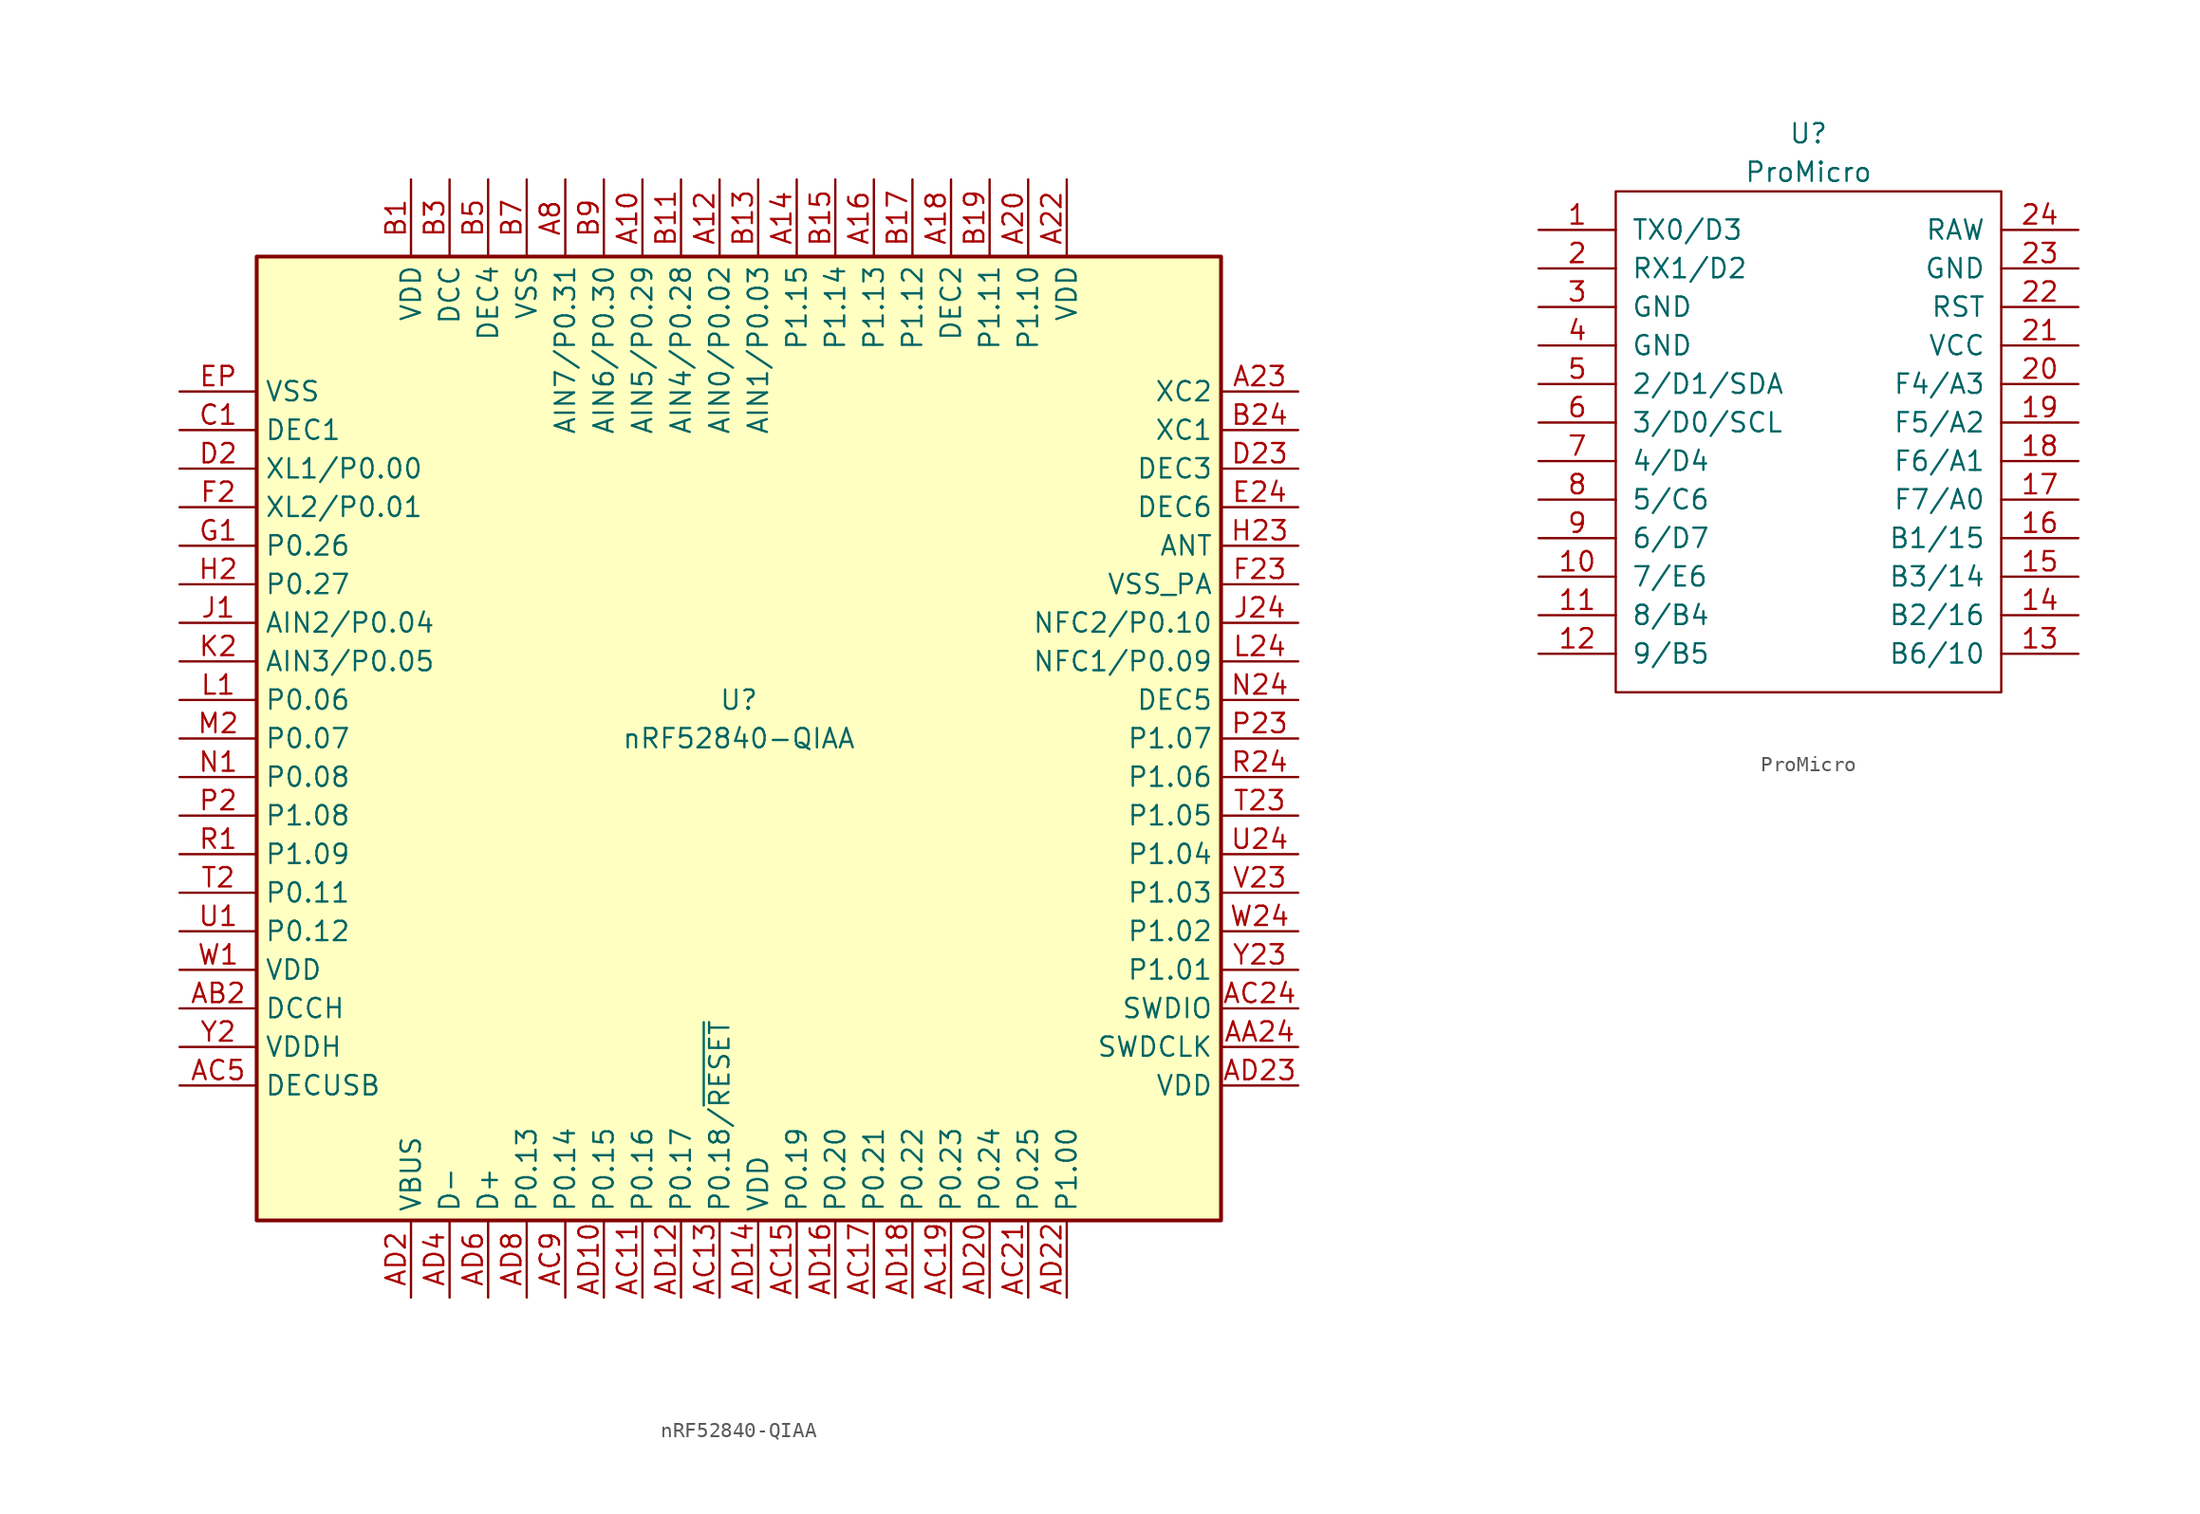
<source format=kicad_sym>
(kicad_symbol_lib
  (version 20231120)
  (generator "kicad_symbol_editor")
  (generator_version "8.0")
  (symbol "nRF52840-QIAA"
    (property "Reference" "U"
      (at 0 2.54 0)
      (effects (font (size 1.27 1.27))))
    (property "Value" "nRF52840-QIAA"
      (at 0 0 0)
      (effects (font (size 1.27 1.27))))
    (symbol "nRF52840-QIAA_0_1"
      (rectangle (start -31.75 31.75) (end 31.75 -31.75) (stroke (width 0.254) (type default)) (fill (type background))))
    (symbol "nRF52840-QIAA_1_1"
      (pin bidirectional line (at -6.35 36.83 270) (length 5.08) (name "AIN5/P0.29" (effects (font (size 1.27 1.27)))) (number "A10" (effects (font (size 1.27 1.27)))))
      (pin bidirectional line (at -1.27 36.83 270) (length 5.08) (name "AIN0/P0.02" (effects (font (size 1.27 1.27)))) (number "A12" (effects (font (size 1.27 1.27)))))
      (pin bidirectional line (at 3.81 36.83 270) (length 5.08) (name "P1.15" (effects (font (size 1.27 1.27)))) (number "A14" (effects (font (size 1.27 1.27)))))
      (pin bidirectional line (at 8.89 36.83 270) (length 5.08) (name "P1.13" (effects (font (size 1.27 1.27)))) (number "A16" (effects (font (size 1.27 1.27)))))
      (pin passive line (at 13.97 36.83 270) (length 5.08) (name "DEC2" (effects (font (size 1.27 1.27)))) (number "A18" (effects (font (size 1.27 1.27)))))
      (pin bidirectional line (at 19.05 36.83 270) (length 5.08) (name "P1.10" (effects (font (size 1.27 1.27)))) (number "A20" (effects (font (size 1.27 1.27)))))
      (pin passive line (at 21.59 36.83 270) (length 5.08) (name "VDD" (effects (font (size 1.27 1.27)))) (number "A22" (effects (font (size 1.27 1.27)))))
      (pin input line (at 36.83 22.86 180) (length 5.08) (name "XC2" (effects (font (size 1.27 1.27)))) (number "A23" (effects (font (size 1.27 1.27)))))
      (pin bidirectional line (at -11.43 36.83 270) (length 5.08) (name "AIN7/P0.31" (effects (font (size 1.27 1.27)))) (number "A8" (effects (font (size 1.27 1.27)))))
      (pin input line (at 36.83 -20.32 180) (length 5.08) (name "SWDCLK" (effects (font (size 1.27 1.27)))) (number "AA24" (effects (font (size 1.27 1.27)))))
      (pin power_out line (at -36.83 -17.78 0) (length 5.08) (name "DCCH" (effects (font (size 1.27 1.27)))) (number "AB2" (effects (font (size 1.27 1.27)))))
      (pin bidirectional line (at -6.35 -36.83 90) (length 5.08) (name "P0.16" (effects (font (size 1.27 1.27)))) (number "AC11" (effects (font (size 1.27 1.27)))))
      (pin bidirectional line (at -1.27 -36.83 90) (length 5.08) (name "P0.18/~{RESET}" (effects (font (size 1.27 1.27)))) (number "AC13" (effects (font (size 1.27 1.27)))))
      (pin bidirectional line (at 3.81 -36.83 90) (length 5.08) (name "P0.19" (effects (font (size 1.27 1.27)))) (number "AC15" (effects (font (size 1.27 1.27)))))
      (pin bidirectional line (at 8.89 -36.83 90) (length 5.08) (name "P0.21" (effects (font (size 1.27 1.27)))) (number "AC17" (effects (font (size 1.27 1.27)))))
      (pin bidirectional line (at 13.97 -36.83 90) (length 5.08) (name "P0.23" (effects (font (size 1.27 1.27)))) (number "AC19" (effects (font (size 1.27 1.27)))))
      (pin bidirectional line (at 19.05 -36.83 90) (length 5.08) (name "P0.25" (effects (font (size 1.27 1.27)))) (number "AC21" (effects (font (size 1.27 1.27)))))
      (pin bidirectional line (at 36.83 -17.78 180) (length 5.08) (name "SWDIO" (effects (font (size 1.27 1.27)))) (number "AC24" (effects (font (size 1.27 1.27)))))
      (pin passive line (at -36.83 -22.86 0) (length 5.08) (name "DECUSB" (effects (font (size 1.27 1.27)))) (number "AC5" (effects (font (size 1.27 1.27)))))
      (pin bidirectional line (at -11.43 -36.83 90) (length 5.08) (name "P0.14" (effects (font (size 1.27 1.27)))) (number "AC9" (effects (font (size 1.27 1.27)))))
      (pin bidirectional line (at -8.89 -36.83 90) (length 5.08) (name "P0.15" (effects (font (size 1.27 1.27)))) (number "AD10" (effects (font (size 1.27 1.27)))))
      (pin bidirectional line (at -3.81 -36.83 90) (length 5.08) (name "P0.17" (effects (font (size 1.27 1.27)))) (number "AD12" (effects (font (size 1.27 1.27)))))
      (pin passive line (at 1.27 -36.83 90) (length 5.08) (name "VDD" (effects (font (size 1.27 1.27)))) (number "AD14" (effects (font (size 1.27 1.27)))))
      (pin bidirectional line (at 6.35 -36.83 90) (length 5.08) (name "P0.20" (effects (font (size 1.27 1.27)))) (number "AD16" (effects (font (size 1.27 1.27)))))
      (pin bidirectional line (at 11.43 -36.83 90) (length 5.08) (name "P0.22" (effects (font (size 1.27 1.27)))) (number "AD18" (effects (font (size 1.27 1.27)))))
      (pin power_in line (at -21.59 -36.83 90) (length 5.08) (name "VBUS" (effects (font (size 1.27 1.27)))) (number "AD2" (effects (font (size 1.27 1.27)))))
      (pin bidirectional line (at 16.51 -36.83 90) (length 5.08) (name "P0.24" (effects (font (size 1.27 1.27)))) (number "AD20" (effects (font (size 1.27 1.27)))))
      (pin bidirectional line (at 21.59 -36.83 90) (length 5.08) (name "P1.00" (effects (font (size 1.27 1.27)))) (number "AD22" (effects (font (size 1.27 1.27)))))
      (pin passive line (at 36.83 -22.86 180) (length 5.08) (name "VDD" (effects (font (size 1.27 1.27)))) (number "AD23" (effects (font (size 1.27 1.27)))))
      (pin bidirectional line (at -19.05 -36.83 90) (length 5.08) (name "D-" (effects (font (size 1.27 1.27)))) (number "AD4" (effects (font (size 1.27 1.27)))))
      (pin bidirectional line (at -16.51 -36.83 90) (length 5.08) (name "D+" (effects (font (size 1.27 1.27)))) (number "AD6" (effects (font (size 1.27 1.27)))))
      (pin bidirectional line (at -13.97 -36.83 90) (length 5.08) (name "P0.13" (effects (font (size 1.27 1.27)))) (number "AD8" (effects (font (size 1.27 1.27)))))
      (pin power_in line (at -21.59 36.83 270) (length 5.08) (name "VDD" (effects (font (size 1.27 1.27)))) (number "B1" (effects (font (size 1.27 1.27)))))
      (pin bidirectional line (at -3.81 36.83 270) (length 5.08) (name "AIN4/P0.28" (effects (font (size 1.27 1.27)))) (number "B11" (effects (font (size 1.27 1.27)))))
      (pin bidirectional line (at 1.27 36.83 270) (length 5.08) (name "AIN1/P0.03" (effects (font (size 1.27 1.27)))) (number "B13" (effects (font (size 1.27 1.27)))))
      (pin bidirectional line (at 6.35 36.83 270) (length 5.08) (name "P1.14" (effects (font (size 1.27 1.27)))) (number "B15" (effects (font (size 1.27 1.27)))))
      (pin bidirectional line (at 11.43 36.83 270) (length 5.08) (name "P1.12" (effects (font (size 1.27 1.27)))) (number "B17" (effects (font (size 1.27 1.27)))))
      (pin bidirectional line (at 16.51 36.83 270) (length 5.08) (name "P1.11" (effects (font (size 1.27 1.27)))) (number "B19" (effects (font (size 1.27 1.27)))))
      (pin input line (at 36.83 20.32 180) (length 5.08) (name "XC1" (effects (font (size 1.27 1.27)))) (number "B24" (effects (font (size 1.27 1.27)))))
      (pin power_out line (at -19.05 36.83 270) (length 5.08) (name "DCC" (effects (font (size 1.27 1.27)))) (number "B3" (effects (font (size 1.27 1.27)))))
      (pin passive line (at -16.51 36.83 270) (length 5.08) (name "DEC4" (effects (font (size 1.27 1.27)))) (number "B5" (effects (font (size 1.27 1.27)))))
      (pin power_in line (at -13.97 36.83 270) (length 5.08) (name "VSS" (effects (font (size 1.27 1.27)))) (number "B7" (effects (font (size 1.27 1.27)))))
      (pin bidirectional line (at -8.89 36.83 270) (length 5.08) (name "AIN6/P0.30" (effects (font (size 1.27 1.27)))) (number "B9" (effects (font (size 1.27 1.27)))))
      (pin passive line (at -36.83 20.32 0) (length 5.08) (name "DEC1" (effects (font (size 1.27 1.27)))) (number "C1" (effects (font (size 1.27 1.27)))))
      (pin bidirectional line (at -36.83 17.78 0) (length 5.08) (name "XL1/P0.00" (effects (font (size 1.27 1.27)))) (number "D2" (effects (font (size 1.27 1.27)))))
      (pin passive line (at 36.83 17.78 180) (length 5.08) (name "DEC3" (effects (font (size 1.27 1.27)))) (number "D23" (effects (font (size 1.27 1.27)))))
      (pin passive line (at 36.83 15.24 180) (length 5.08) (name "DEC6" (effects (font (size 1.27 1.27)))) (number "E24" (effects (font (size 1.27 1.27)))))
      (pin passive line (at -36.83 22.86 0) (length 5.08) (name "VSS" (effects (font (size 1.27 1.27)))) (number "EP" (effects (font (size 1.27 1.27)))))
      (pin bidirectional line (at -36.83 15.24 0) (length 5.08) (name "XL2/P0.01" (effects (font (size 1.27 1.27)))) (number "F2" (effects (font (size 1.27 1.27)))))
      (pin power_in line (at 36.83 10.16 180) (length 5.08) (name "VSS_PA" (effects (font (size 1.27 1.27)))) (number "F23" (effects (font (size 1.27 1.27)))))
      (pin bidirectional line (at -36.83 12.7 0) (length 5.08) (name "P0.26" (effects (font (size 1.27 1.27)))) (number "G1" (effects (font (size 1.27 1.27)))))
      (pin bidirectional line (at -36.83 10.16 0) (length 5.08) (name "P0.27" (effects (font (size 1.27 1.27)))) (number "H2" (effects (font (size 1.27 1.27)))))
      (pin passive line (at 36.83 12.7 180) (length 5.08) (name "ANT" (effects (font (size 1.27 1.27)))) (number "H23" (effects (font (size 1.27 1.27)))))
      (pin bidirectional line (at -36.83 7.62 0) (length 5.08) (name "AIN2/P0.04" (effects (font (size 1.27 1.27)))) (number "J1" (effects (font (size 1.27 1.27)))))
      (pin bidirectional line (at 36.83 7.62 180) (length 5.08) (name "NFC2/P0.10" (effects (font (size 1.27 1.27)))) (number "J24" (effects (font (size 1.27 1.27)))))
      (pin bidirectional line (at -36.83 5.08 0) (length 5.08) (name "AIN3/P0.05" (effects (font (size 1.27 1.27)))) (number "K2" (effects (font (size 1.27 1.27)))))
      (pin bidirectional line (at -36.83 2.54 0) (length 5.08) (name "P0.06" (effects (font (size 1.27 1.27)))) (number "L1" (effects (font (size 1.27 1.27)))))
      (pin bidirectional line (at 36.83 5.08 180) (length 5.08) (name "NFC1/P0.09" (effects (font (size 1.27 1.27)))) (number "L24" (effects (font (size 1.27 1.27)))))
      (pin bidirectional line (at -36.83 0 0) (length 5.08) (name "P0.07" (effects (font (size 1.27 1.27)))) (number "M2" (effects (font (size 1.27 1.27)))))
      (pin bidirectional line (at -36.83 -2.54 0) (length 5.08) (name "P0.08" (effects (font (size 1.27 1.27)))) (number "N1" (effects (font (size 1.27 1.27)))))
      (pin passive line (at 36.83 2.54 180) (length 5.08) (name "DEC5" (effects (font (size 1.27 1.27)))) (number "N24" (effects (font (size 1.27 1.27)))))
      (pin bidirectional line (at -36.83 -5.08 0) (length 5.08) (name "P1.08" (effects (font (size 1.27 1.27)))) (number "P2" (effects (font (size 1.27 1.27)))))
      (pin bidirectional line (at 36.83 0 180) (length 5.08) (name "P1.07" (effects (font (size 1.27 1.27)))) (number "P23" (effects (font (size 1.27 1.27)))))
      (pin bidirectional line (at -36.83 -7.62 0) (length 5.08) (name "P1.09" (effects (font (size 1.27 1.27)))) (number "R1" (effects (font (size 1.27 1.27)))))
      (pin bidirectional line (at 36.83 -2.54 180) (length 5.08) (name "P1.06" (effects (font (size 1.27 1.27)))) (number "R24" (effects (font (size 1.27 1.27)))))
      (pin bidirectional line (at -36.83 -10.16 0) (length 5.08) (name "P0.11" (effects (font (size 1.27 1.27)))) (number "T2" (effects (font (size 1.27 1.27)))))
      (pin bidirectional line (at 36.83 -5.08 180) (length 5.08) (name "P1.05" (effects (font (size 1.27 1.27)))) (number "T23" (effects (font (size 1.27 1.27)))))
      (pin bidirectional line (at -36.83 -12.7 0) (length 5.08) (name "P0.12" (effects (font (size 1.27 1.27)))) (number "U1" (effects (font (size 1.27 1.27)))))
      (pin bidirectional line (at 36.83 -7.62 180) (length 5.08) (name "P1.04" (effects (font (size 1.27 1.27)))) (number "U24" (effects (font (size 1.27 1.27)))))
      (pin bidirectional line (at 36.83 -10.16 180) (length 5.08) (name "P1.03" (effects (font (size 1.27 1.27)))) (number "V23" (effects (font (size 1.27 1.27)))))
      (pin passive line (at -36.83 -15.24 0) (length 5.08) (name "VDD" (effects (font (size 1.27 1.27)))) (number "W1" (effects (font (size 1.27 1.27)))))
      (pin bidirectional line (at 36.83 -12.7 180) (length 5.08) (name "P1.02" (effects (font (size 1.27 1.27)))) (number "W24" (effects (font (size 1.27 1.27)))))
      (pin power_in line (at -36.83 -20.32 0) (length 5.08) (name "VDDH" (effects (font (size 1.27 1.27)))) (number "Y2" (effects (font (size 1.27 1.27)))))
      (pin bidirectional line (at 36.83 -15.24 180) (length 5.08) (name "P1.01" (effects (font (size 1.27 1.27)))) (number "Y23" (effects (font (size 1.27 1.27)))))))
  (symbol "ProMicro"
    (pin_names
      (offset 1.016))
    (property "Reference" "U"
      (at 0 20.32 0)
      (effects (font (size 1.27 1.27))))
    (property "Value" "ProMicro"
      (at 0 17.78 0)
      (effects (font (size 1.27 1.27))))
    (symbol "ProMicro_0_1"
      (rectangle (start -12.7 16.51) (end 12.7 -16.51) (stroke (width 0) (type default)) (fill (type none))))
    (symbol "ProMicro_1_1"
      (pin bidirectional line (at -17.78 13.97 0) (length 5.08) (name "TX0/D3" (effects (font (size 1.27 1.27)))) (number "1" (effects (font (size 1.27 1.27)))))
      (pin bidirectional line (at -17.78 -8.89 0) (length 5.08) (name "7/E6" (effects (font (size 1.27 1.27)))) (number "10" (effects (font (size 1.27 1.27)))))
      (pin bidirectional line (at -17.78 -11.43 0) (length 5.08) (name "8/B4" (effects (font (size 1.27 1.27)))) (number "11" (effects (font (size 1.27 1.27)))))
      (pin bidirectional line (at -17.78 -13.97 0) (length 5.08) (name "9/B5" (effects (font (size 1.27 1.27)))) (number "12" (effects (font (size 1.27 1.27)))))
      (pin bidirectional line (at 17.78 -13.97 180) (length 5.08) (name "B6/10" (effects (font (size 1.27 1.27)))) (number "13" (effects (font (size 1.27 1.27)))))
      (pin bidirectional line (at 17.78 -11.43 180) (length 5.08) (name "B2/16" (effects (font (size 1.27 1.27)))) (number "14" (effects (font (size 1.27 1.27)))))
      (pin bidirectional line (at 17.78 -8.89 180) (length 5.08) (name "B3/14" (effects (font (size 1.27 1.27)))) (number "15" (effects (font (size 1.27 1.27)))))
      (pin bidirectional line (at 17.78 -6.35 180) (length 5.08) (name "B1/15" (effects (font (size 1.27 1.27)))) (number "16" (effects (font (size 1.27 1.27)))))
      (pin bidirectional line (at 17.78 -3.81 180) (length 5.08) (name "F7/A0" (effects (font (size 1.27 1.27)))) (number "17" (effects (font (size 1.27 1.27)))))
      (pin bidirectional line (at 17.78 -1.27 180) (length 5.08) (name "F6/A1" (effects (font (size 1.27 1.27)))) (number "18" (effects (font (size 1.27 1.27)))))
      (pin bidirectional line (at 17.78 1.27 180) (length 5.08) (name "F5/A2" (effects (font (size 1.27 1.27)))) (number "19" (effects (font (size 1.27 1.27)))))
      (pin bidirectional line (at -17.78 11.43 0) (length 5.08) (name "RX1/D2" (effects (font (size 1.27 1.27)))) (number "2" (effects (font (size 1.27 1.27)))))
      (pin bidirectional line (at 17.78 3.81 180) (length 5.08) (name "F4/A3" (effects (font (size 1.27 1.27)))) (number "20" (effects (font (size 1.27 1.27)))))
      (pin power_in line (at 17.78 6.35 180) (length 5.08) (name "VCC" (effects (font (size 1.27 1.27)))) (number "21" (effects (font (size 1.27 1.27)))))
      (pin input line (at 17.78 8.89 180) (length 5.08) (name "RST" (effects (font (size 1.27 1.27)))) (number "22" (effects (font (size 1.27 1.27)))))
      (pin power_in line (at 17.78 11.43 180) (length 5.08) (name "GND" (effects (font (size 1.27 1.27)))) (number "23" (effects (font (size 1.27 1.27)))))
      (pin power_out line (at 17.78 13.97 180) (length 5.08) (name "RAW" (effects (font (size 1.27 1.27)))) (number "24" (effects (font (size 1.27 1.27)))))
      (pin power_in line (at -17.78 8.89 0) (length 5.08) (name "GND" (effects (font (size 1.27 1.27)))) (number "3" (effects (font (size 1.27 1.27)))))
      (pin power_in line (at -17.78 6.35 0) (length 5.08) (name "GND" (effects (font (size 1.27 1.27)))) (number "4" (effects (font (size 1.27 1.27)))))
      (pin bidirectional line (at -17.78 3.81 0) (length 5.08) (name "2/D1/SDA" (effects (font (size 1.27 1.27)))) (number "5" (effects (font (size 1.27 1.27)))))
      (pin bidirectional line (at -17.78 1.27 0) (length 5.08) (name "3/D0/SCL" (effects (font (size 1.27 1.27)))) (number "6" (effects (font (size 1.27 1.27)))))
      (pin bidirectional line (at -17.78 -1.27 0) (length 5.08) (name "4/D4" (effects (font (size 1.27 1.27)))) (number "7" (effects (font (size 1.27 1.27)))))
      (pin bidirectional line (at -17.78 -3.81 0) (length 5.08) (name "5/C6" (effects (font (size 1.27 1.27)))) (number "8" (effects (font (size 1.27 1.27)))))
      (pin bidirectional line (at -17.78 -6.35 0) (length 5.08) (name "6/D7" (effects (font (size 1.27 1.27)))) (number "9" (effects (font (size 1.27 1.27))))))))
</source>
